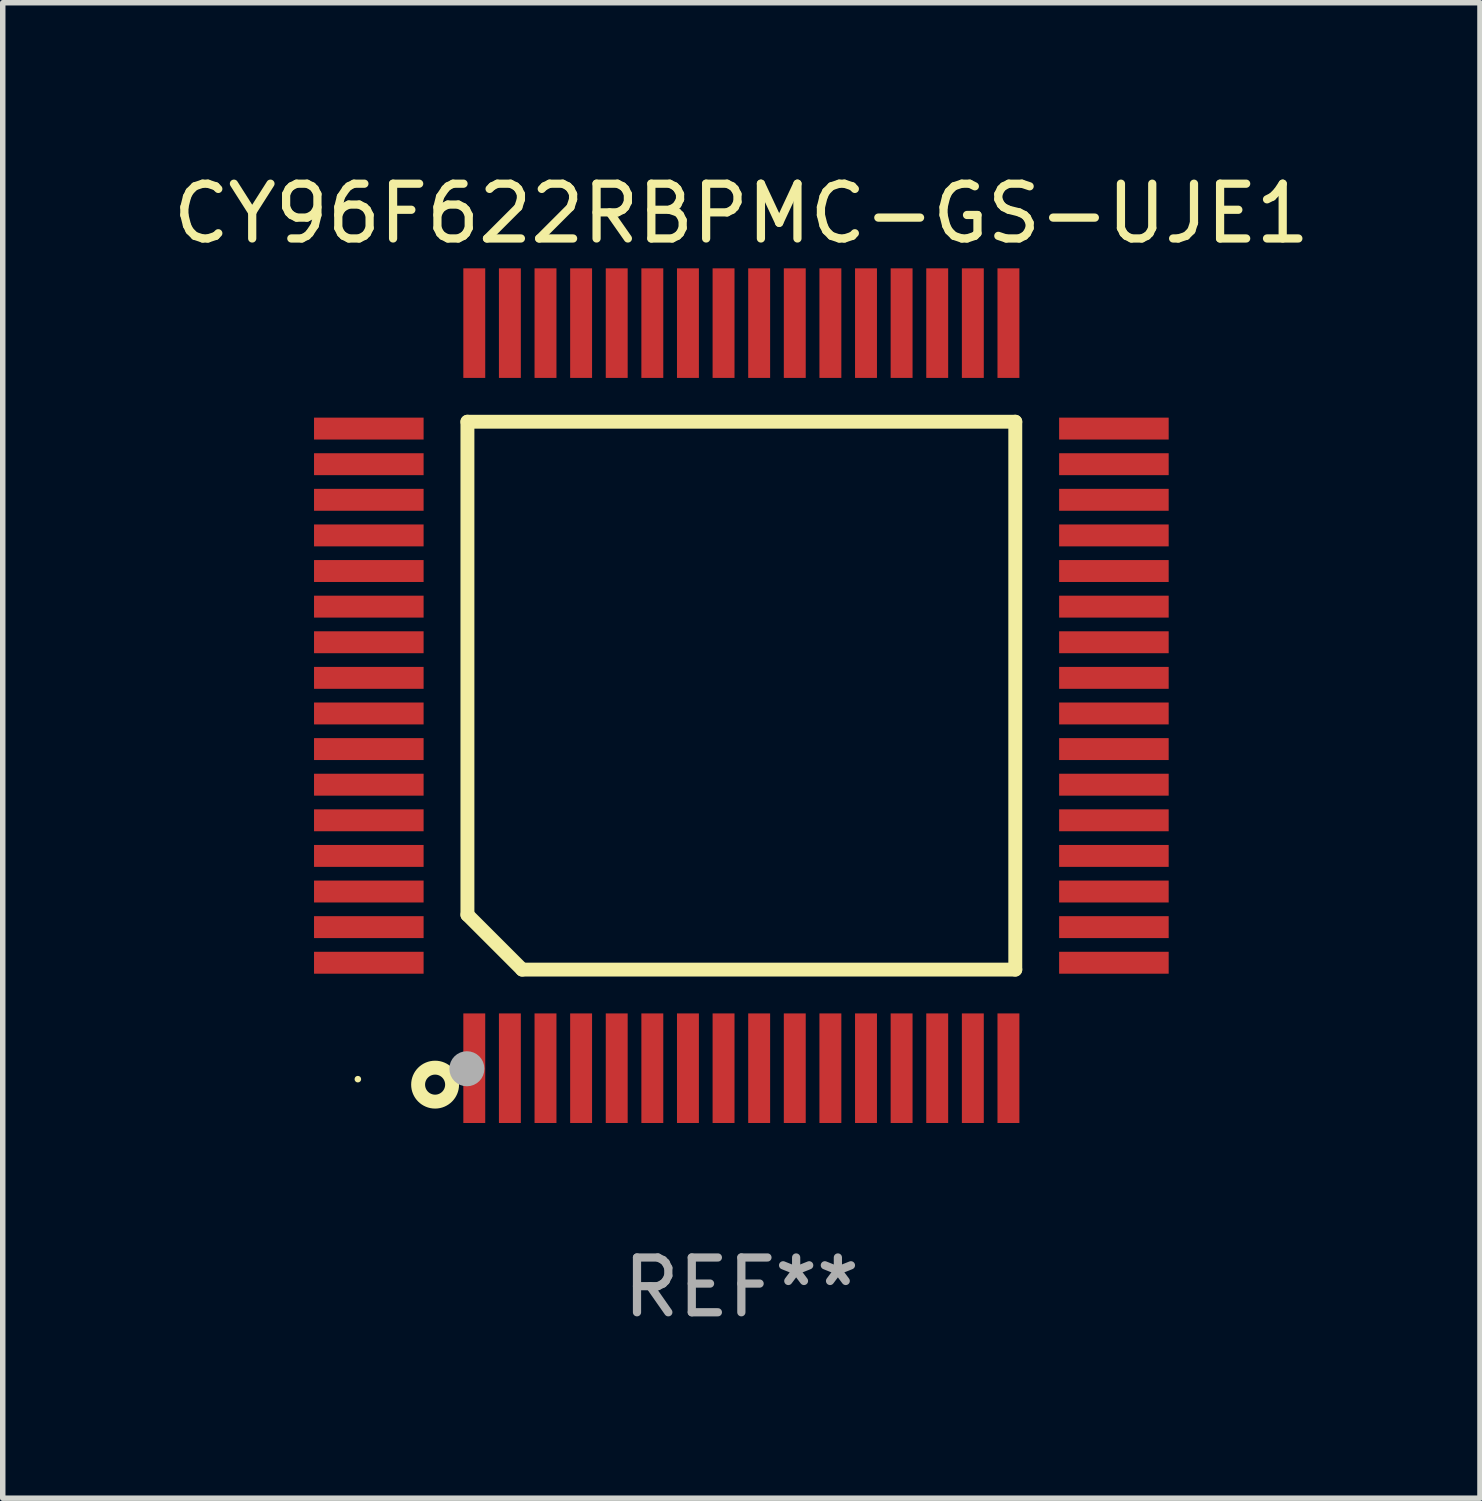
<source format=kicad_pcb>
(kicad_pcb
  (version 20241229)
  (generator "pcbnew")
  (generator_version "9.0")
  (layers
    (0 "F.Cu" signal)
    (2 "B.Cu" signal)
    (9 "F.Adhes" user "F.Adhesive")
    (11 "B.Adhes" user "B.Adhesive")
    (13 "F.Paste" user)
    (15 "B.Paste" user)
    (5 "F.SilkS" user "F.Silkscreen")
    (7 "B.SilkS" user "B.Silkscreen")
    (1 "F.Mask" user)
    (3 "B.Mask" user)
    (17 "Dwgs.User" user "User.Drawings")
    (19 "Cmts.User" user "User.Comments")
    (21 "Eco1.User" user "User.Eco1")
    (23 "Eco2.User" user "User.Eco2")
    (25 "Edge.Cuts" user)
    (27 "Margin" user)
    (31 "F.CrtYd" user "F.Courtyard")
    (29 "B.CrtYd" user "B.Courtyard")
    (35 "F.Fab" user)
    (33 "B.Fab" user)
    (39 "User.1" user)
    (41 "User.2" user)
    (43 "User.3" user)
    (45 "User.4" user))
  (footprint "CY96F622RBPMC-GS-UJE1"
    (layer "F.Cu")
    (at 10.482 9.648)
    (property "Reference" "CY96F622RBPMC-GS-UJE1" (at 0 -8.8 0) (layer "F.SilkS") (effects (font (size 1 1) (thickness 0.15))))
    (attr through_hole)
    (fp_line (start -5 -5) (end 5 -5) (stroke (width 0.254) (type solid)) (layer "F.SilkS"))
    (fp_line (start -5 4) (end -5 -5) (stroke (width 0.254) (type solid)) (layer "F.SilkS"))
    (fp_line (start -4 5) (end -5 4) (stroke (width 0.254) (type solid)) (layer "F.SilkS"))
    (fp_line (start 5 -5) (end 5 5) (stroke (width 0.254) (type solid)) (layer "F.SilkS"))
    (fp_line (start 5 5) (end -4 5) (stroke (width 0.254) (type solid)) (layer "F.SilkS"))
    (fp_circle (center -7 7) (end -6.97 7) (stroke (width 0.06) (type solid)) (fill no) (layer "F.SilkS"))
    (fp_circle (center -5.59 7.1) (end -5.28 7.1) (stroke (width 0.254) (type solid)) (fill no) (layer "F.SilkS"))
    (fp_circle (center -5.01 6.81) (end -4.85 6.81) (stroke (width 0.32) (type solid)) (fill no) (layer "F.Fab"))
    (fp_text user "REF**" (at 0 10.8 0) (layer "F.Fab") (effects (font (size 1 1) (thickness 0.15))))
    (pad "1" smd rect (at -4.875 6.8) (size 0.4 2) (layers "F.Cu" "F.Mask" "F.Paste"))
    (pad "2" smd rect (at -4.225 6.8) (size 0.4 2) (layers "F.Cu" "F.Mask" "F.Paste"))
    (pad "3" smd rect (at -3.575 6.8) (size 0.4 2) (layers "F.Cu" "F.Mask" "F.Paste"))
    (pad "4" smd rect (at -2.925 6.8) (size 0.4 2) (layers "F.Cu" "F.Mask" "F.Paste"))
    (pad "5" smd rect (at -2.275 6.8) (size 0.4 2) (layers "F.Cu" "F.Mask" "F.Paste"))
    (pad "6" smd rect (at -1.625 6.8) (size 0.4 2) (layers "F.Cu" "F.Mask" "F.Paste"))
    (pad "7" smd rect (at -0.975 6.8) (size 0.4 2) (layers "F.Cu" "F.Mask" "F.Paste"))
    (pad "8" smd rect (at -0.325 6.8) (size 0.4 2) (layers "F.Cu" "F.Mask" "F.Paste"))
    (pad "9" smd rect (at 0.325 6.8) (size 0.4 2) (layers "F.Cu" "F.Mask" "F.Paste"))
    (pad "10" smd rect (at 0.975 6.8) (size 0.4 2) (layers "F.Cu" "F.Mask" "F.Paste"))
    (pad "11" smd rect (at 1.625 6.8) (size 0.4 2) (layers "F.Cu" "F.Mask" "F.Paste"))
    (pad "12" smd rect (at 2.275 6.8) (size 0.4 2) (layers "F.Cu" "F.Mask" "F.Paste"))
    (pad "13" smd rect (at 2.925 6.8) (size 0.4 2) (layers "F.Cu" "F.Mask" "F.Paste"))
    (pad "14" smd rect (at 3.575 6.8) (size 0.4 2) (layers "F.Cu" "F.Mask" "F.Paste"))
    (pad "15" smd rect (at 4.225 6.8) (size 0.4 2) (layers "F.Cu" "F.Mask" "F.Paste"))
    (pad "16" smd rect (at 4.875 6.8) (size 0.4 2) (layers "F.Cu" "F.Mask" "F.Paste"))
    (pad "17" smd rect (at 6.8 4.875) (size 2 0.4) (layers "F.Cu" "F.Mask" "F.Paste"))
    (pad "18" smd rect (at 6.8 4.225) (size 2 0.4) (layers "F.Cu" "F.Mask" "F.Paste"))
    (pad "19" smd rect (at 6.8 3.575) (size 2 0.4) (layers "F.Cu" "F.Mask" "F.Paste"))
    (pad "20" smd rect (at 6.8 2.925) (size 2 0.4) (layers "F.Cu" "F.Mask" "F.Paste"))
    (pad "21" smd rect (at 6.8 2.275) (size 2 0.4) (layers "F.Cu" "F.Mask" "F.Paste"))
    (pad "22" smd rect (at 6.8 1.625) (size 2 0.4) (layers "F.Cu" "F.Mask" "F.Paste"))
    (pad "23" smd rect (at 6.8 0.975) (size 2 0.4) (layers "F.Cu" "F.Mask" "F.Paste"))
    (pad "24" smd rect (at 6.8 0.325) (size 2 0.4) (layers "F.Cu" "F.Mask" "F.Paste"))
    (pad "25" smd rect (at 6.8 -0.325) (size 2 0.4) (layers "F.Cu" "F.Mask" "F.Paste"))
    (pad "26" smd rect (at 6.8 -0.975) (size 2 0.4) (layers "F.Cu" "F.Mask" "F.Paste"))
    (pad "27" smd rect (at 6.8 -1.625) (size 2 0.4) (layers "F.Cu" "F.Mask" "F.Paste"))
    (pad "28" smd rect (at 6.8 -2.275) (size 2 0.4) (layers "F.Cu" "F.Mask" "F.Paste"))
    (pad "29" smd rect (at 6.8 -2.925) (size 2 0.4) (layers "F.Cu" "F.Mask" "F.Paste"))
    (pad "30" smd rect (at 6.8 -3.575) (size 2 0.4) (layers "F.Cu" "F.Mask" "F.Paste"))
    (pad "31" smd rect (at 6.8 -4.225) (size 2 0.4) (layers "F.Cu" "F.Mask" "F.Paste"))
    (pad "32" smd rect (at 6.8 -4.875) (size 2 0.4) (layers "F.Cu" "F.Mask" "F.Paste"))
    (pad "33" smd rect (at 4.875 -6.8) (size 0.4 2) (layers "F.Cu" "F.Mask" "F.Paste"))
    (pad "34" smd rect (at 4.225 -6.8) (size 0.4 2) (layers "F.Cu" "F.Mask" "F.Paste"))
    (pad "35" smd rect (at 3.575 -6.8) (size 0.4 2) (layers "F.Cu" "F.Mask" "F.Paste"))
    (pad "36" smd rect (at 2.925 -6.8) (size 0.4 2) (layers "F.Cu" "F.Mask" "F.Paste"))
    (pad "37" smd rect (at 2.275 -6.8) (size 0.4 2) (layers "F.Cu" "F.Mask" "F.Paste"))
    (pad "38" smd rect (at 1.625 -6.8) (size 0.4 2) (layers "F.Cu" "F.Mask" "F.Paste"))
    (pad "39" smd rect (at 0.975 -6.8) (size 0.4 2) (layers "F.Cu" "F.Mask" "F.Paste"))
    (pad "40" smd rect (at 0.325 -6.8) (size 0.4 2) (layers "F.Cu" "F.Mask" "F.Paste"))
    (pad "41" smd rect (at -0.325 -6.8) (size 0.4 2) (layers "F.Cu" "F.Mask" "F.Paste"))
    (pad "42" smd rect (at -0.975 -6.8) (size 0.4 2) (layers "F.Cu" "F.Mask" "F.Paste"))
    (pad "43" smd rect (at -1.625 -6.8) (size 0.4 2) (layers "F.Cu" "F.Mask" "F.Paste"))
    (pad "44" smd rect (at -2.275 -6.8) (size 0.4 2) (layers "F.Cu" "F.Mask" "F.Paste"))
    (pad "45" smd rect (at -2.925 -6.8) (size 0.4 2) (layers "F.Cu" "F.Mask" "F.Paste"))
    (pad "46" smd rect (at -3.575 -6.8) (size 0.4 2) (layers "F.Cu" "F.Mask" "F.Paste"))
    (pad "47" smd rect (at -4.225 -6.8) (size 0.4 2) (layers "F.Cu" "F.Mask" "F.Paste"))
    (pad "48" smd rect (at -4.875 -6.8) (size 0.4 2) (layers "F.Cu" "F.Mask" "F.Paste"))
    (pad "49" smd rect (at -6.8 -4.875) (size 2 0.4) (layers "F.Cu" "F.Mask" "F.Paste"))
    (pad "50" smd rect (at -6.8 -4.225) (size 2 0.4) (layers "F.Cu" "F.Mask" "F.Paste"))
    (pad "51" smd rect (at -6.8 -3.575) (size 2 0.4) (layers "F.Cu" "F.Mask" "F.Paste"))
    (pad "52" smd rect (at -6.8 -2.925) (size 2 0.4) (layers "F.Cu" "F.Mask" "F.Paste"))
    (pad "53" smd rect (at -6.8 -2.275) (size 2 0.4) (layers "F.Cu" "F.Mask" "F.Paste"))
    (pad "54" smd rect (at -6.8 -1.625) (size 2 0.4) (layers "F.Cu" "F.Mask" "F.Paste"))
    (pad "55" smd rect (at -6.8 -0.975) (size 2 0.4) (layers "F.Cu" "F.Mask" "F.Paste"))
    (pad "56" smd rect (at -6.8 -0.325) (size 2 0.4) (layers "F.Cu" "F.Mask" "F.Paste"))
    (pad "57" smd rect (at -6.8 0.325) (size 2 0.4) (layers "F.Cu" "F.Mask" "F.Paste"))
    (pad "58" smd rect (at -6.8 0.975) (size 2 0.4) (layers "F.Cu" "F.Mask" "F.Paste"))
    (pad "59" smd rect (at -6.8 1.625) (size 2 0.4) (layers "F.Cu" "F.Mask" "F.Paste"))
    (pad "60" smd rect (at -6.8 2.275) (size 2 0.4) (layers "F.Cu" "F.Mask" "F.Paste"))
    (pad "61" smd rect (at -6.8 2.925) (size 2 0.4) (layers "F.Cu" "F.Mask" "F.Paste"))
    (pad "62" smd rect (at -6.8 3.575) (size 2 0.4) (layers "F.Cu" "F.Mask" "F.Paste"))
    (pad "63" smd rect (at -6.8 4.225) (size 2 0.4) (layers "F.Cu" "F.Mask" "F.Paste"))
    (pad "64" smd rect (at -6.8 4.875) (size 2 0.4) (layers "F.Cu" "F.Mask" "F.Paste")))
  (gr_rect
    (start -3 -3)
    (end 23.964 24.297)
    (stroke (width 0.1) (type default))
    (fill no)
    (layer "Edge.Cuts")))
</source>
